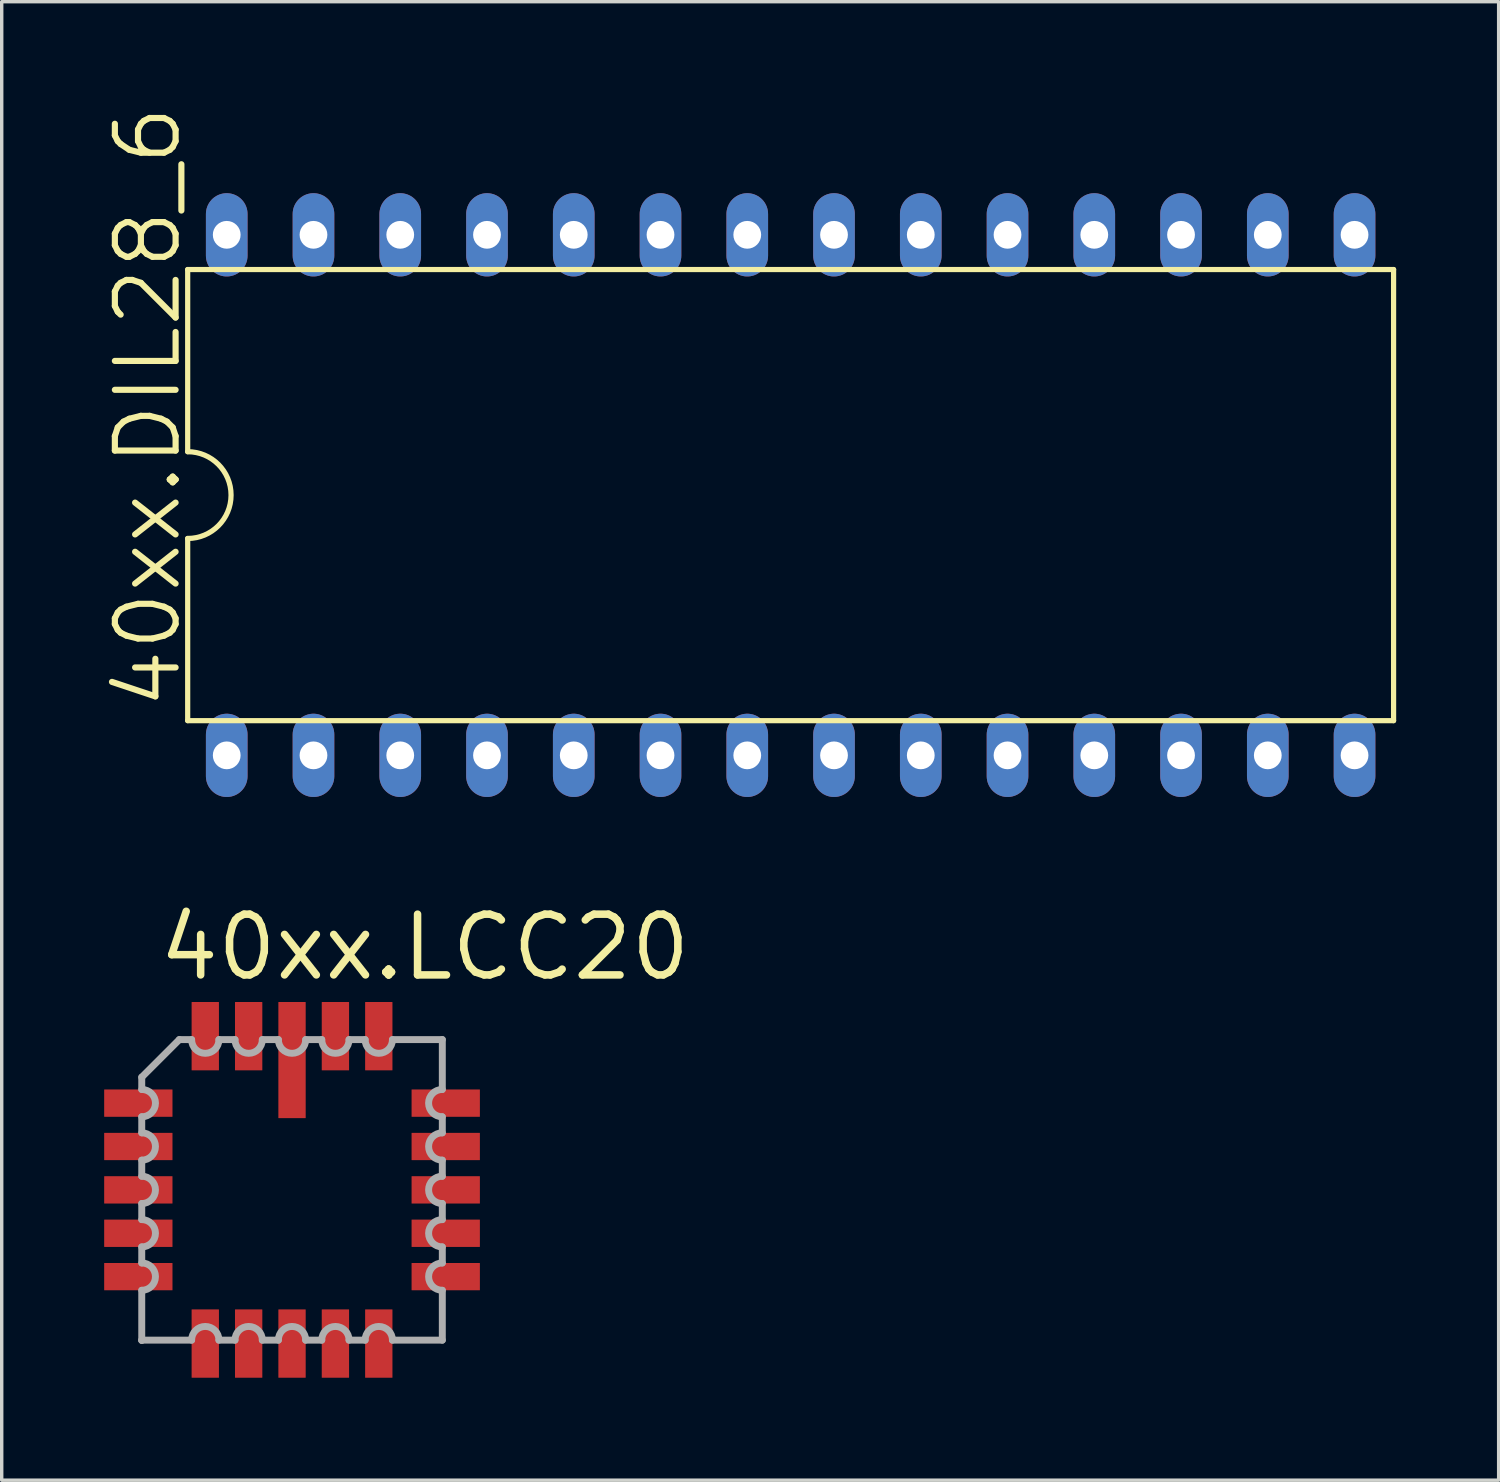
<source format=kicad_pcb>
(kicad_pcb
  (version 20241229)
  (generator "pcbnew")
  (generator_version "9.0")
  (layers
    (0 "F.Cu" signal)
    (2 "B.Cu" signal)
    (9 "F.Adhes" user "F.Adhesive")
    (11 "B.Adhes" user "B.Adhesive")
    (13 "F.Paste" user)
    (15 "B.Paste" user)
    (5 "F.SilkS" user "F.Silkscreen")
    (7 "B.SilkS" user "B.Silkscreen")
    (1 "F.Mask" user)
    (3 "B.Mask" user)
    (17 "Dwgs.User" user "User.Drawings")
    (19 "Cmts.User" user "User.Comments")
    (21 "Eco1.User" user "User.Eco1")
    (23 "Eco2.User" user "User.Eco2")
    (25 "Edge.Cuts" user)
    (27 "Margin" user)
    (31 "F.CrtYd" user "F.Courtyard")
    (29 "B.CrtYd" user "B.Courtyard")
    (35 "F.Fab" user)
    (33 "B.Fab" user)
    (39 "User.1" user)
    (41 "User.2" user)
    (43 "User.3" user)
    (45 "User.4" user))
  (footprint "40xx.LCC20"
    (layer "F.Cu")
    (at 5.5 31.787)
    (property "Reference" "40xx.LCC20" (at -4.005 -6.065 0) (layer "F.SilkS") (effects (font (size 1.778 1.778) (thickness 0.22)) (justify left bottom)))
    (attr smd)
    (fp_line (start -4.4 -3.3) (end -4.4 -2.94) (stroke (width 0.203) (type default)) (layer "F.Fab"))
    (fp_line (start -4.4 -2.14) (end -4.4 -1.67) (stroke (width 0.203) (type default)) (layer "F.Fab"))
    (fp_line (start -4.4 -0.87) (end -4.4 -0.4) (stroke (width 0.203) (type default)) (layer "F.Fab"))
    (fp_line (start -4.4 0.4) (end -4.4 0.87) (stroke (width 0.203) (type default)) (layer "F.Fab"))
    (fp_line (start -4.4 1.67) (end -4.4 2.14) (stroke (width 0.203) (type default)) (layer "F.Fab"))
    (fp_line (start -4.4 2.94) (end -4.4 4.4) (stroke (width 0.203) (type default)) (layer "F.Fab"))
    (fp_line (start -4.4 4.4) (end -4.4 4.41) (stroke (width 0.203) (type default)) (layer "F.Fab"))
    (fp_line (start -4.4 4.4) (end -2.94 4.4) (stroke (width 0.203) (type default)) (layer "F.Fab"))
    (fp_line (start -3.3 -4.4) (end -4.4 -3.3) (stroke (width 0.203) (type default)) (layer "F.Fab"))
    (fp_line (start -2.94 -4.4) (end -3.3 -4.4) (stroke (width 0.203) (type default)) (layer "F.Fab"))
    (fp_line (start -2.14 4.4) (end -1.67 4.4) (stroke (width 0.203) (type default)) (layer "F.Fab"))
    (fp_line (start -1.67 -4.4) (end -2.14 -4.4) (stroke (width 0.203) (type default)) (layer "F.Fab"))
    (fp_line (start -0.87 4.4) (end -0.4 4.4) (stroke (width 0.203) (type default)) (layer "F.Fab"))
    (fp_line (start -0.4 -4.4) (end -0.87 -4.4) (stroke (width 0.203) (type default)) (layer "F.Fab"))
    (fp_line (start 0.4 4.4) (end 0.87 4.4) (stroke (width 0.203) (type default)) (layer "F.Fab"))
    (fp_line (start 0.87 -4.4) (end 0.4 -4.4) (stroke (width 0.203) (type default)) (layer "F.Fab"))
    (fp_line (start 1.67 4.4) (end 2.14 4.4) (stroke (width 0.203) (type default)) (layer "F.Fab"))
    (fp_line (start 2.14 -4.4) (end 1.67 -4.4) (stroke (width 0.203) (type default)) (layer "F.Fab"))
    (fp_line (start 2.94 4.4) (end 4.4 4.4) (stroke (width 0.203) (type default)) (layer "F.Fab"))
    (fp_line (start 4.4 -4.4) (end 2.94 -4.4) (stroke (width 0.203) (type default)) (layer "F.Fab"))
    (fp_line (start 4.4 -2.94) (end 4.4 -4.4) (stroke (width 0.203) (type default)) (layer "F.Fab"))
    (fp_line (start 4.4 -1.67) (end 4.4 -2.14) (stroke (width 0.203) (type default)) (layer "F.Fab"))
    (fp_line (start 4.4 -0.4) (end 4.4 -0.87) (stroke (width 0.203) (type default)) (layer "F.Fab"))
    (fp_line (start 4.4 0.87) (end 4.4 0.4) (stroke (width 0.203) (type default)) (layer "F.Fab"))
    (fp_line (start 4.4 2.14) (end 4.4 1.67) (stroke (width 0.203) (type default)) (layer "F.Fab"))
    (fp_line (start 4.4 4.4) (end 4.4 2.94) (stroke (width 0.203) (type default)) (layer "F.Fab"))
    (fp_arc (start -4.3985 -2.94) (mid -3.9985 -2.54) (end -4.3985 -2.14) (stroke (width 0.2032) (type default)) (layer "F.Fab"))
    (fp_arc (start -4.3985 -1.67) (mid -3.9985 -1.27) (end -4.3985 -0.87) (stroke (width 0.2032) (type default)) (layer "F.Fab"))
    (fp_arc (start -4.3985 -0.4001) (mid -3.9984 0) (end -4.3985 0.4001) (stroke (width 0.2032) (type default)) (layer "F.Fab"))
    (fp_arc (start -4.3985 0.8699) (mid -3.9984 1.27) (end -4.3985 1.6701) (stroke (width 0.2032) (type default)) (layer "F.Fab"))
    (fp_arc (start -4.3985 2.1399) (mid -3.9984 2.54) (end -4.3985 2.9401) (stroke (width 0.2032) (type default)) (layer "F.Fab"))
    (fp_arc (start -2.9401 4.3985) (mid -2.54 3.9984) (end -2.1399 4.3985) (stroke (width 0.2032) (type default)) (layer "F.Fab"))
    (fp_arc (start -2.1399 -4.3985) (mid -2.54 -3.9984) (end -2.9401 -4.3985) (stroke (width 0.2032) (type default)) (layer "F.Fab"))
    (fp_arc (start -1.6701 4.3985) (mid -1.27 3.9984) (end -0.8699 4.3985) (stroke (width 0.2032) (type default)) (layer "F.Fab"))
    (fp_arc (start -0.8699 -4.3985) (mid -1.27 -3.9984) (end -1.6701 -4.3985) (stroke (width 0.2032) (type default)) (layer "F.Fab"))
    (fp_arc (start -0.4001 4.3985) (mid 0 3.9984) (end 0.4001 4.3985) (stroke (width 0.2032) (type default)) (layer "F.Fab"))
    (fp_arc (start 0.4001 -4.3985) (mid 0 -3.9984) (end -0.4001 -4.3985) (stroke (width 0.2032) (type default)) (layer "F.Fab"))
    (fp_arc (start 0.87 4.3985) (mid 1.27 3.9985) (end 1.67 4.3985) (stroke (width 0.2032) (type default)) (layer "F.Fab"))
    (fp_arc (start 1.67 -4.3985) (mid 1.27 -3.9985) (end 0.87 -4.3985) (stroke (width 0.2032) (type default)) (layer "F.Fab"))
    (fp_arc (start 2.14 4.3985) (mid 2.54 3.9985) (end 2.94 4.3985) (stroke (width 0.2032) (type default)) (layer "F.Fab"))
    (fp_arc (start 2.94 -4.3985) (mid 2.54 -3.9985) (end 2.14 -4.3985) (stroke (width 0.2032) (type default)) (layer "F.Fab"))
    (fp_arc (start 4.3985 -2.1399) (mid 3.9984 -2.54) (end 4.3985 -2.9401) (stroke (width 0.2032) (type default)) (layer "F.Fab"))
    (fp_arc (start 4.3985 -0.8699) (mid 3.9984 -1.27) (end 4.3985 -1.6701) (stroke (width 0.2032) (type default)) (layer "F.Fab"))
    (fp_arc (start 4.3985 0.4001) (mid 3.9984 0) (end 4.3985 -0.4001) (stroke (width 0.2032) (type default)) (layer "F.Fab"))
    (fp_arc (start 4.3985 1.67) (mid 3.9985 1.27) (end 4.3985 0.87) (stroke (width 0.2032) (type default)) (layer "F.Fab"))
    (fp_arc (start 4.3985 2.94) (mid 3.9985 2.54) (end 4.3985 2.14) (stroke (width 0.2032) (type default)) (layer "F.Fab"))
    (pad "1" smd roundrect (at 0 -3.8) (size 0.8 3.4) (layers "F.Cu" "F.Mask" "F.Paste") (roundrect_rratio 0.01))
    (pad "2" smd roundrect (at -1.27 -4.5) (size 0.8 2) (layers "F.Cu" "F.Mask" "F.Paste") (roundrect_rratio 0.01))
    (pad "3" smd roundrect (at -2.54 -4.5) (size 0.8 2) (layers "F.Cu" "F.Mask" "F.Paste") (roundrect_rratio 0.01))
    (pad "4" smd roundrect (at -4.5 -2.54) (size 2 0.8) (layers "F.Cu" "F.Mask" "F.Paste") (roundrect_rratio 0.01))
    (pad "5" smd roundrect (at -4.5 -1.27) (size 2 0.8) (layers "F.Cu" "F.Mask" "F.Paste") (roundrect_rratio 0.01))
    (pad "6" smd roundrect (at -4.5 0) (size 2 0.8) (layers "F.Cu" "F.Mask" "F.Paste") (roundrect_rratio 0.01))
    (pad "7" smd roundrect (at -4.5 1.27) (size 2 0.8) (layers "F.Cu" "F.Mask" "F.Paste") (roundrect_rratio 0.01))
    (pad "8" smd roundrect (at -4.5 2.54) (size 2 0.8) (layers "F.Cu" "F.Mask" "F.Paste") (roundrect_rratio 0.01))
    (pad "9" smd roundrect (at -2.54 4.5) (size 0.8 2) (layers "F.Cu" "F.Mask" "F.Paste") (roundrect_rratio 0.01))
    (pad "10" smd roundrect (at -1.27 4.5) (size 0.8 2) (layers "F.Cu" "F.Mask" "F.Paste") (roundrect_rratio 0.01))
    (pad "11" smd roundrect (at 0 4.5) (size 0.8 2) (layers "F.Cu" "F.Mask" "F.Paste") (roundrect_rratio 0.01))
    (pad "12" smd roundrect (at 1.27 4.5) (size 0.8 2) (layers "F.Cu" "F.Mask" "F.Paste") (roundrect_rratio 0.01))
    (pad "13" smd roundrect (at 2.54 4.5) (size 0.8 2) (layers "F.Cu" "F.Mask" "F.Paste") (roundrect_rratio 0.01))
    (pad "14" smd roundrect (at 4.5 2.54) (size 2 0.8) (layers "F.Cu" "F.Mask" "F.Paste") (roundrect_rratio 0.01))
    (pad "15" smd roundrect (at 4.5 1.27) (size 2 0.8) (layers "F.Cu" "F.Mask" "F.Paste") (roundrect_rratio 0.01))
    (pad "16" smd roundrect (at 4.5 0) (size 2 0.8) (layers "F.Cu" "F.Mask" "F.Paste") (roundrect_rratio 0.01))
    (pad "17" smd roundrect (at 4.5 -1.27) (size 2 0.8) (layers "F.Cu" "F.Mask" "F.Paste") (roundrect_rratio 0.01))
    (pad "18" smd roundrect (at 4.5 -2.54) (size 2 0.8) (layers "F.Cu" "F.Mask" "F.Paste") (roundrect_rratio 0.01))
    (pad "19" smd roundrect (at 2.54 -4.5) (size 0.8 2) (layers "F.Cu" "F.Mask" "F.Paste") (roundrect_rratio 0.01))
    (pad "20" smd roundrect (at 1.27 -4.5) (size 0.8 2) (layers "F.Cu" "F.Mask" "F.Paste") (roundrect_rratio 0.01)))
  (footprint "40xx.DIL28_6"
    (layer "F.Cu")
    (at 20.098 11.445)
    (property "Reference" "40xx.DIL28_6" (at -17.78 6.35 90) (layer "F.SilkS") (effects (font (size 1.778 1.778) (thickness 0.18)) (justify left bottom)))
    (attr through_hole)
    (fp_line (start -17.653 -6.604) (end -17.653 -1.27) (stroke (width 0.152) (type default)) (layer "F.SilkS"))
    (fp_line (start -17.653 -6.604) (end 17.653 -6.604) (stroke (width 0.152) (type default)) (layer "F.SilkS"))
    (fp_line (start -17.653 1.27) (end -17.653 6.604) (stroke (width 0.152) (type default)) (layer "F.SilkS"))
    (fp_line (start -17.653 6.604) (end 17.653 6.604) (stroke (width 0.152) (type default)) (layer "F.SilkS"))
    (fp_line (start 17.653 6.604) (end 17.653 -6.604) (stroke (width 0.152) (type default)) (layer "F.SilkS"))
    (fp_arc (start -17.653 -1.27) (mid -16.383 0) (end -17.653 1.27) (stroke (width 0.1524) (type default)) (layer "F.SilkS"))
    (pad "1" thru_hole oval (at -16.51 7.62 90) (size 2.438 1.219) (drill 0.813) (layers "*.Cu" "*.Mask"))
    (pad "2" thru_hole oval (at -13.97 7.62 90) (size 2.438 1.219) (drill 0.813) (layers "*.Cu" "*.Mask"))
    (pad "3" thru_hole oval (at -11.43 7.62 90) (size 2.438 1.219) (drill 0.813) (layers "*.Cu" "*.Mask"))
    (pad "4" thru_hole oval (at -8.89 7.62 90) (size 2.438 1.219) (drill 0.813) (layers "*.Cu" "*.Mask"))
    (pad "5" thru_hole oval (at -6.35 7.62 90) (size 2.438 1.219) (drill 0.813) (layers "*.Cu" "*.Mask"))
    (pad "6" thru_hole oval (at -3.81 7.62 90) (size 2.438 1.219) (drill 0.813) (layers "*.Cu" "*.Mask"))
    (pad "7" thru_hole oval (at -1.27 7.62 90) (size 2.438 1.219) (drill 0.813) (layers "*.Cu" "*.Mask"))
    (pad "8" thru_hole oval (at 1.27 7.62 90) (size 2.438 1.219) (drill 0.813) (layers "*.Cu" "*.Mask"))
    (pad "9" thru_hole oval (at 3.81 7.62 90) (size 2.438 1.219) (drill 0.813) (layers "*.Cu" "*.Mask"))
    (pad "10" thru_hole oval (at 6.35 7.62 90) (size 2.438 1.219) (drill 0.813) (layers "*.Cu" "*.Mask"))
    (pad "11" thru_hole oval (at 8.89 7.62 90) (size 2.438 1.219) (drill 0.813) (layers "*.Cu" "*.Mask"))
    (pad "12" thru_hole oval (at 11.43 7.62 90) (size 2.438 1.219) (drill 0.813) (layers "*.Cu" "*.Mask"))
    (pad "13" thru_hole oval (at 13.97 7.62 90) (size 2.438 1.219) (drill 0.813) (layers "*.Cu" "*.Mask"))
    (pad "14" thru_hole oval (at 16.51 7.62 90) (size 2.438 1.219) (drill 0.813) (layers "*.Cu" "*.Mask"))
    (pad "15" thru_hole oval (at 16.51 -7.62 90) (size 2.438 1.219) (drill 0.813) (layers "*.Cu" "*.Mask"))
    (pad "16" thru_hole oval (at 13.97 -7.62 90) (size 2.438 1.219) (drill 0.813) (layers "*.Cu" "*.Mask"))
    (pad "17" thru_hole oval (at 11.43 -7.62 90) (size 2.438 1.219) (drill 0.813) (layers "*.Cu" "*.Mask"))
    (pad "18" thru_hole oval (at 8.89 -7.62 90) (size 2.438 1.219) (drill 0.813) (layers "*.Cu" "*.Mask"))
    (pad "19" thru_hole oval (at 6.35 -7.62 90) (size 2.438 1.219) (drill 0.813) (layers "*.Cu" "*.Mask"))
    (pad "20" thru_hole oval (at 3.81 -7.62 90) (size 2.438 1.219) (drill 0.813) (layers "*.Cu" "*.Mask"))
    (pad "21" thru_hole oval (at 1.27 -7.62 90) (size 2.438 1.219) (drill 0.813) (layers "*.Cu" "*.Mask"))
    (pad "22" thru_hole oval (at -1.27 -7.62 90) (size 2.438 1.219) (drill 0.813) (layers "*.Cu" "*.Mask"))
    (pad "23" thru_hole oval (at -3.81 -7.62 90) (size 2.438 1.219) (drill 0.813) (layers "*.Cu" "*.Mask"))
    (pad "24" thru_hole oval (at -6.35 -7.62 90) (size 2.438 1.219) (drill 0.813) (layers "*.Cu" "*.Mask"))
    (pad "25" thru_hole oval (at -8.89 -7.62 90) (size 2.438 1.219) (drill 0.813) (layers "*.Cu" "*.Mask"))
    (pad "26" thru_hole oval (at -11.43 -7.62 90) (size 2.438 1.219) (drill 0.813) (layers "*.Cu" "*.Mask"))
    (pad "27" thru_hole oval (at -13.97 -7.62 90) (size 2.438 1.219) (drill 0.813) (layers "*.Cu" "*.Mask"))
    (pad "28" thru_hole oval (at -16.51 -7.62 90) (size 2.438 1.219) (drill 0.813) (layers "*.Cu" "*.Mask")))
  (gr_rect
    (start -3 -3)
    (end 40.827 40.287)
    (stroke (width 0.1) (type default))
    (fill no)
    (layer "Edge.Cuts")))
</source>
